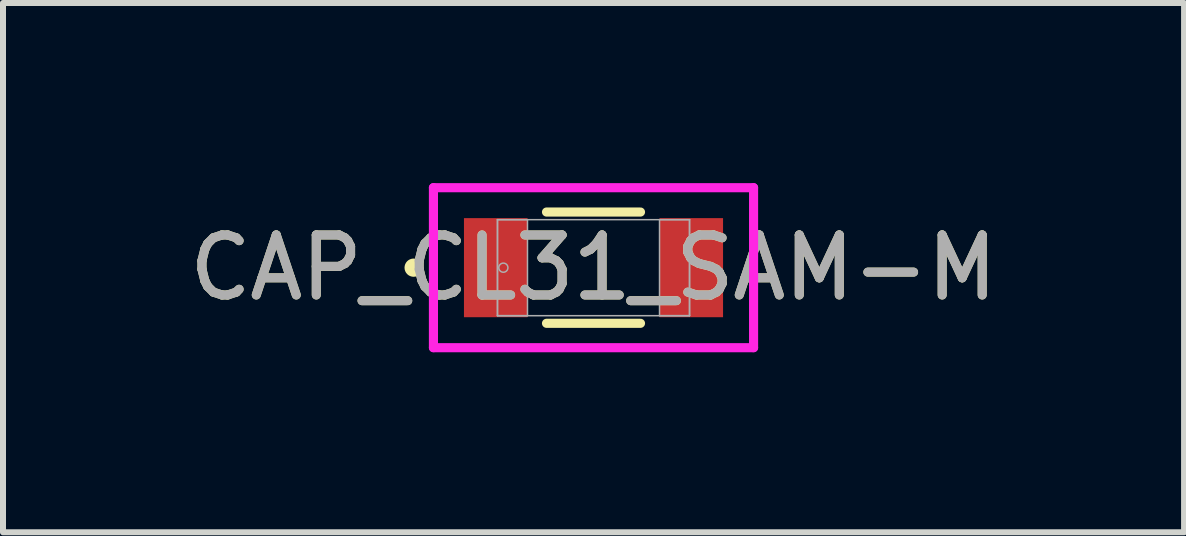
<source format=kicad_pcb>
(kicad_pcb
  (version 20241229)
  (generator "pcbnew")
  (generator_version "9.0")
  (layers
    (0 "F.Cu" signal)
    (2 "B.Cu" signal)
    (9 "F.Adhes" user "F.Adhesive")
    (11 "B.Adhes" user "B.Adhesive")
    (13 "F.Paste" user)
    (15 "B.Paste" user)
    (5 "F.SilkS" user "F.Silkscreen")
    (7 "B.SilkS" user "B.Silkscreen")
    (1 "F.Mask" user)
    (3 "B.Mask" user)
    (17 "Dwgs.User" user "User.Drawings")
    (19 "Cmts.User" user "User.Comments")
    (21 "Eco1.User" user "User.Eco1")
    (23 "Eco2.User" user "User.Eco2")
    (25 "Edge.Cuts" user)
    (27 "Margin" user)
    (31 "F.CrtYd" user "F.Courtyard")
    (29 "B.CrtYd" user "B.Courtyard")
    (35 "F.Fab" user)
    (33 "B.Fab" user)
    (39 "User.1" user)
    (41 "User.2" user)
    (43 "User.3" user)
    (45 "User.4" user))
  (footprint "CAP_CL31_SAM-M"
    (layer "F.Cu")
    (at 6.839 1.41)
    (property "Reference" "CAP_CL31_SAM-M" (at 0 0 0) (unlocked yes) (layer "F.SilkS") (effects (font (size 1 1) (thickness 0.15))))
    (attr smd)
    (fp_line (start -0.783 0.927) (end 0.783 0.927) (stroke (width 0.152) (type solid)) (layer "F.SilkS"))
    (fp_line (start 0.783 -0.927) (end -0.783 -0.927) (stroke (width 0.152) (type solid)) (layer "F.SilkS"))
    (fp_circle (center -2.997 0) (end -2.921 0) (stroke (width 0.152) (type solid)) (fill no) (layer "F.SilkS"))
    (fp_line (start -2.667 -1.333) (end 2.667 -1.333) (stroke (width 0.152) (type solid)) (layer "F.CrtYd"))
    (fp_line (start -2.667 1.333) (end -2.667 -1.333) (stroke (width 0.152) (type solid)) (layer "F.CrtYd"))
    (fp_line (start 2.667 -1.333) (end 2.667 1.333) (stroke (width 0.152) (type solid)) (layer "F.CrtYd"))
    (fp_line (start 2.667 1.333) (end -2.667 1.333) (stroke (width 0.152) (type solid)) (layer "F.CrtYd"))
    (fp_line (start -1.6 -0.8) (end -1.6 0.8) (stroke (width 0.025) (type solid)) (layer "F.Fab"))
    (fp_line (start -1.6 -0.8) (end -1.6 0.8) (stroke (width 0.025) (type solid)) (layer "F.Fab"))
    (fp_line (start -1.6 0.8) (end -1.1 0.8) (stroke (width 0.025) (type solid)) (layer "F.Fab"))
    (fp_line (start -1.6 0.8) (end 1.6 0.8) (stroke (width 0.025) (type solid)) (layer "F.Fab"))
    (fp_line (start -1.1 -0.8) (end -1.6 -0.8) (stroke (width 0.025) (type solid)) (layer "F.Fab"))
    (fp_line (start -1.1 0.8) (end -1.1 -0.8) (stroke (width 0.025) (type solid)) (layer "F.Fab"))
    (fp_line (start 1.1 -0.8) (end 1.1 0.8) (stroke (width 0.025) (type solid)) (layer "F.Fab"))
    (fp_line (start 1.1 0.8) (end 1.6 0.8) (stroke (width 0.025) (type solid)) (layer "F.Fab"))
    (fp_line (start 1.6 -0.8) (end -1.6 -0.8) (stroke (width 0.025) (type solid)) (layer "F.Fab"))
    (fp_line (start 1.6 -0.8) (end 1.1 -0.8) (stroke (width 0.025) (type solid)) (layer "F.Fab"))
    (fp_line (start 1.6 0.8) (end 1.6 -0.8) (stroke (width 0.025) (type solid)) (layer "F.Fab"))
    (fp_line (start 1.6 0.8) (end 1.6 -0.8) (stroke (width 0.025) (type solid)) (layer "F.Fab"))
    (fp_circle (center -1.502 0) (end -1.426 0) (stroke (width 0.025) (type solid)) (fill no) (layer "F.Fab"))
    (fp_text user "${REFERENCE}" (at 0 0 0) (unlocked yes) (layer "F.Fab") (effects (font (size 1 1) (thickness 0.15))))
    (pad "1" smd rect (at -1.629 0) (size 1.059 1.651) (layers "F.Cu" "F.Mask" "F.Paste"))
    (pad "2" smd rect (at 1.629 0) (size 1.059 1.651) (layers "F.Cu" "F.Mask" "F.Paste"))
    (zone (net_name "") (layer "F.Cu") (hatch full 0.508) (connect_pads) (min_thickness 0.254) (filled_areas_thickness no) (keepout (tracks not_allowed) (vias not_allowed) (pads allowed) (copperpour not_allowed) (footprints allowed)) (placement (enabled no)) (fill) (polygon (pts (xy 5.79 0.66) (xy 7.888 0.66) (xy 7.888 2.159) (xy 5.79 2.159)))))
  (gr_rect
    (start -3 -3)
    (end 16.679 5.819)
    (stroke (width 0.1) (type default))
    (fill no)
    (layer "Edge.Cuts")))
</source>
